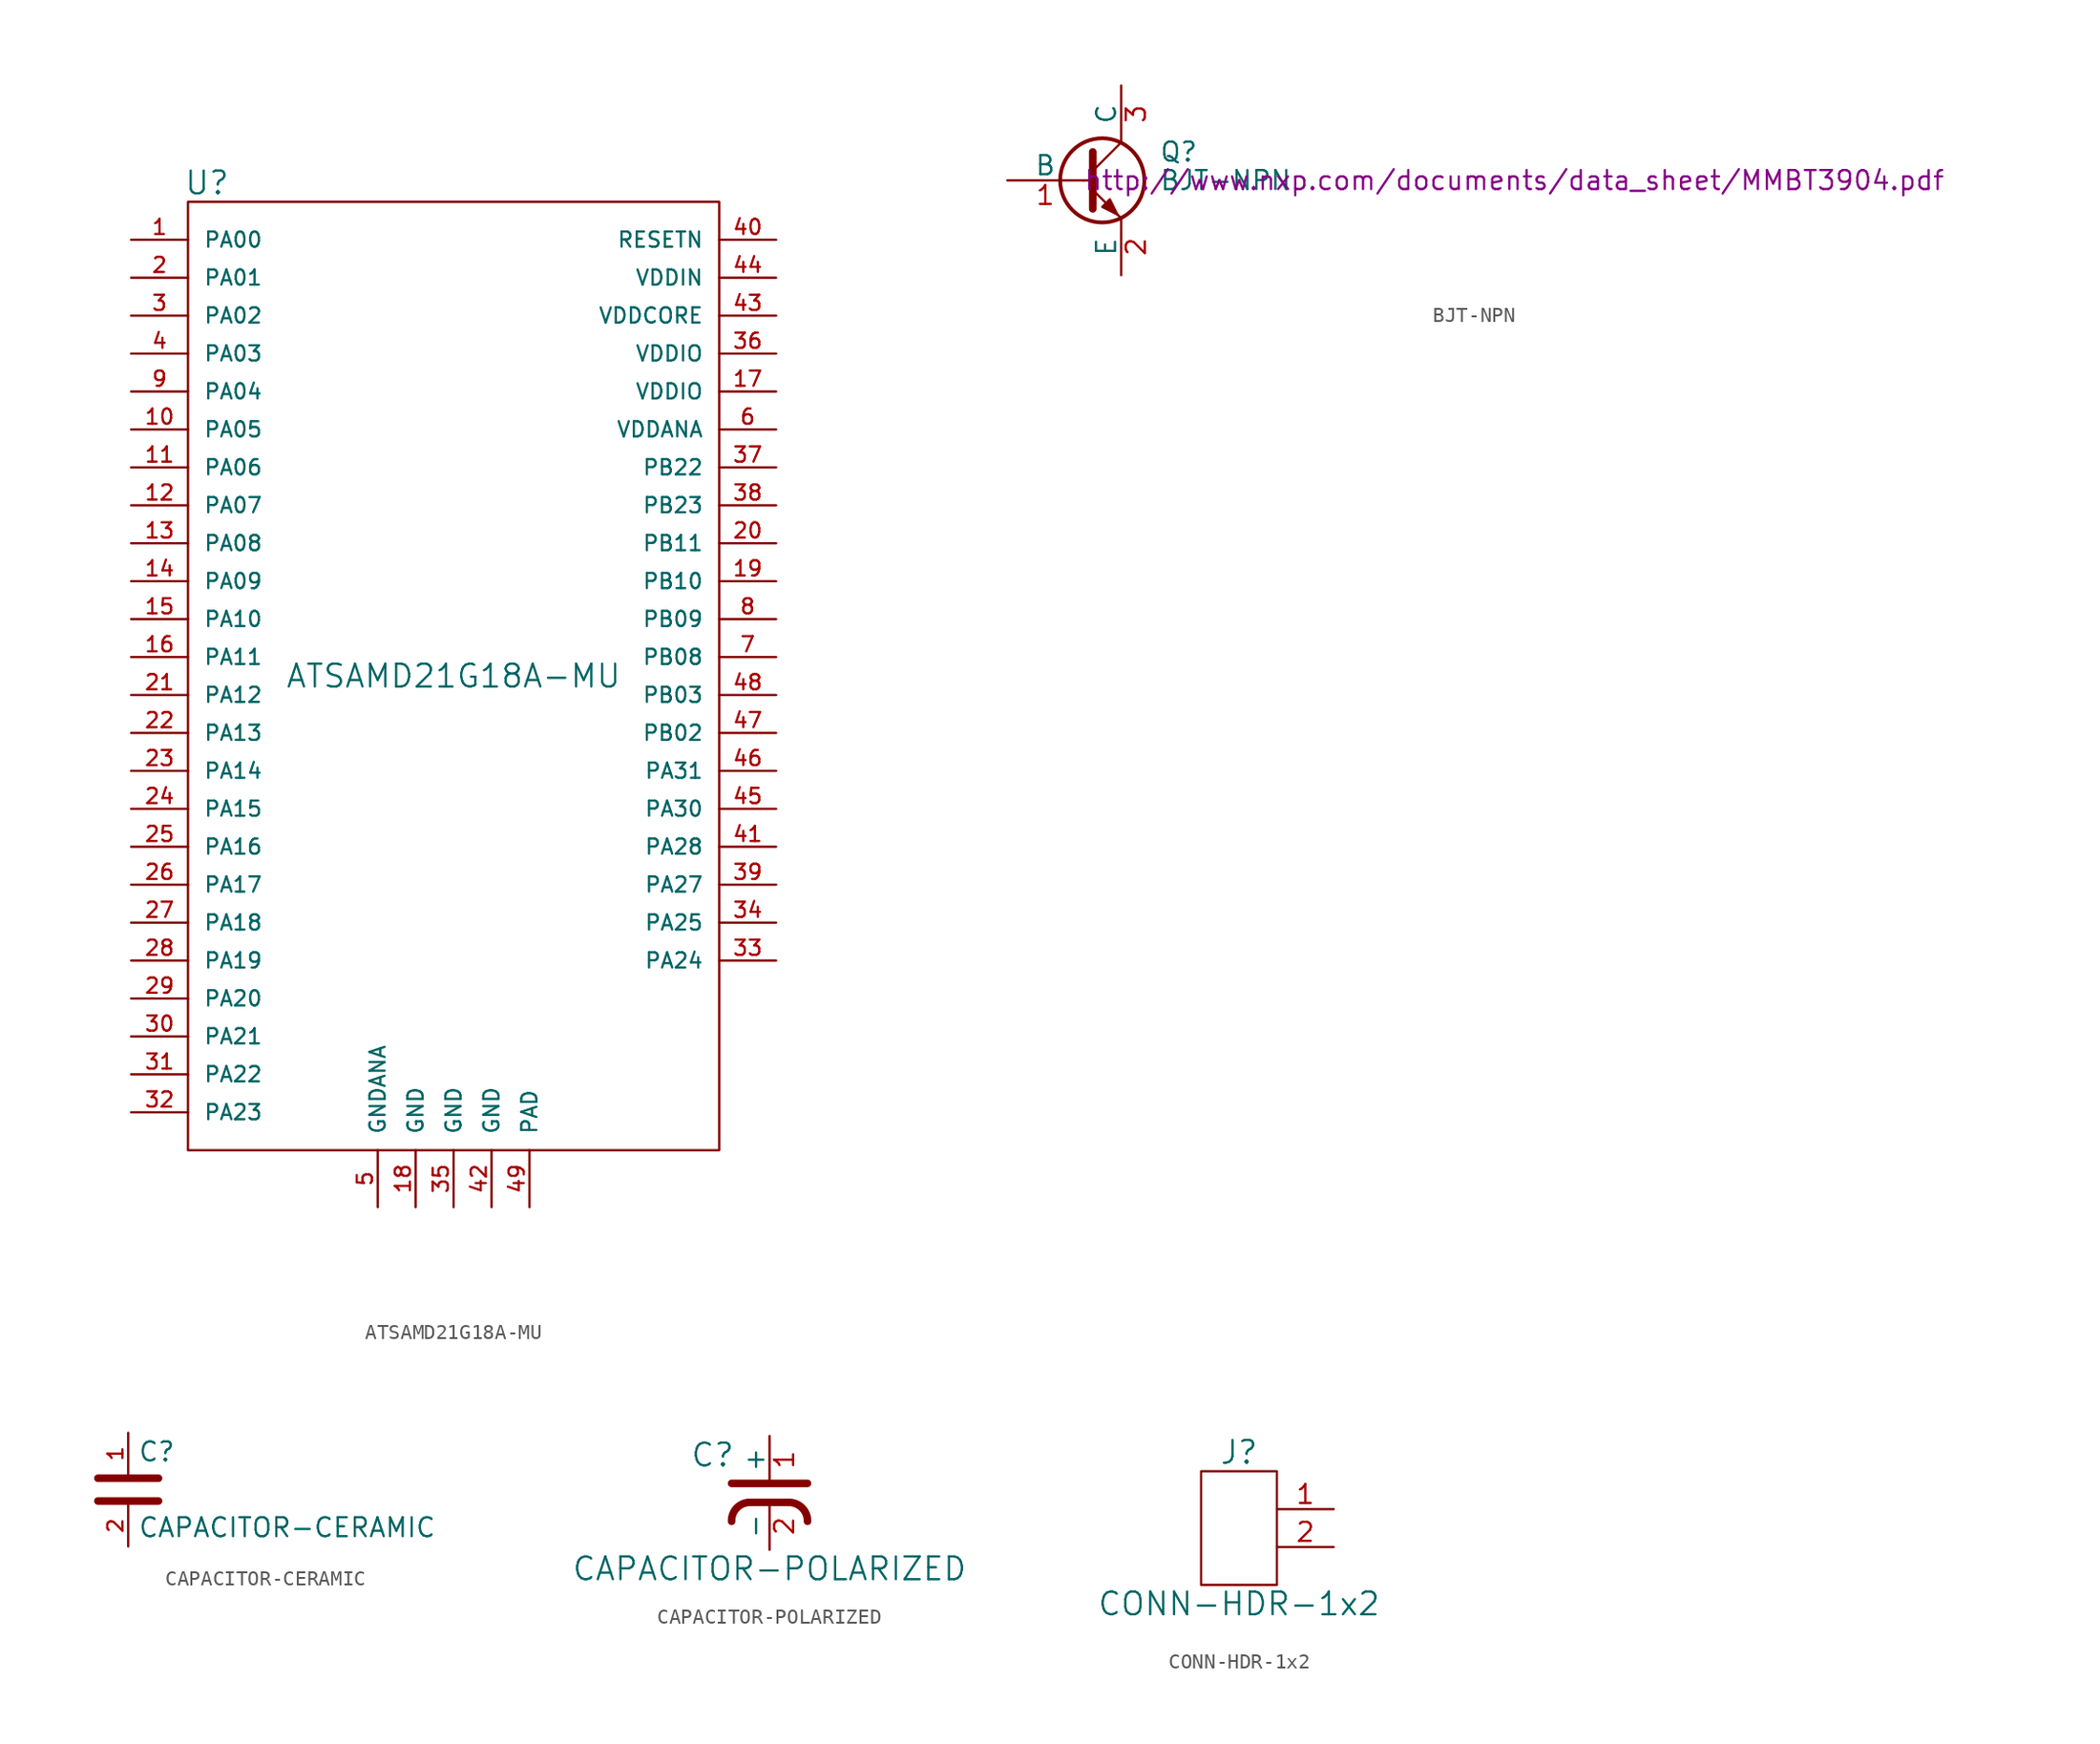
<source format=kicad_sym>
(kicad_symbol_lib
  (version 20211014)
  (generator kicad_symbol_editor)
  (symbol "ATSAMD21G18A-MU"
    (pin_names
      (offset 1.016))
    (property "Reference" "U"
      (at -16.51 33.02 0)
      (effects (font (size 1.524 1.524))))
    (property "Value" "ATSAMD21G18A-MU"
      (at 0 0 0)
      (effects (font (size 1.524 1.524))))
    (property "Datasheet" ""
      (at 0 11.43 0)
      (effects (font (size 1.524 1.524))))
    (symbol "ATSAMD21G18A-MU_0_0"
      (rectangle (start -17.78 31.75) (end 17.78 -31.75) (stroke (width 0) (type default) (color 0 0 0 0)) (fill (type none))))
    (symbol "ATSAMD21G18A-MU_1_1"
      (pin input line (at -21.59 29.21 0) (length 3.81) (name "PA00" (effects (font (size 1.016 1.016)))) (number "1" (effects (font (size 1.016 1.016)))))
      (pin input line (at -21.59 16.51 0) (length 3.81) (name "PA05" (effects (font (size 1.016 1.016)))) (number "10" (effects (font (size 1.016 1.016)))))
      (pin input line (at -21.59 13.97 0) (length 3.81) (name "PA06" (effects (font (size 1.016 1.016)))) (number "11" (effects (font (size 1.016 1.016)))))
      (pin input line (at -21.59 11.43 0) (length 3.81) (name "PA07" (effects (font (size 1.016 1.016)))) (number "12" (effects (font (size 1.016 1.016)))))
      (pin input line (at -21.59 8.89 0) (length 3.81) (name "PA08" (effects (font (size 1.016 1.016)))) (number "13" (effects (font (size 1.016 1.016)))))
      (pin input line (at -21.59 6.35 0) (length 3.81) (name "PA09" (effects (font (size 1.016 1.016)))) (number "14" (effects (font (size 1.016 1.016)))))
      (pin input line (at -21.59 3.81 0) (length 3.81) (name "PA10" (effects (font (size 1.016 1.016)))) (number "15" (effects (font (size 1.016 1.016)))))
      (pin input line (at -21.59 1.27 0) (length 3.81) (name "PA11" (effects (font (size 1.016 1.016)))) (number "16" (effects (font (size 1.016 1.016)))))
      (pin input line (at 21.59 19.05 180) (length 3.81) (name "VDDIO" (effects (font (size 1.016 1.016)))) (number "17" (effects (font (size 1.016 1.016)))))
      (pin input line (at -2.54 -35.56 90) (length 3.81) (name "GND" (effects (font (size 1.016 1.016)))) (number "18" (effects (font (size 1.016 1.016)))))
      (pin input line (at 21.59 6.35 180) (length 3.81) (name "PB10" (effects (font (size 1.016 1.016)))) (number "19" (effects (font (size 1.016 1.016)))))
      (pin input line (at -21.59 26.67 0) (length 3.81) (name "PA01" (effects (font (size 1.016 1.016)))) (number "2" (effects (font (size 1.016 1.016)))))
      (pin input line (at 21.59 8.89 180) (length 3.81) (name "PB11" (effects (font (size 1.016 1.016)))) (number "20" (effects (font (size 1.016 1.016)))))
      (pin input line (at -21.59 -1.27 0) (length 3.81) (name "PA12" (effects (font (size 1.016 1.016)))) (number "21" (effects (font (size 1.016 1.016)))))
      (pin input line (at -21.59 -3.81 0) (length 3.81) (name "PA13" (effects (font (size 1.016 1.016)))) (number "22" (effects (font (size 1.016 1.016)))))
      (pin input line (at -21.59 -6.35 0) (length 3.81) (name "PA14" (effects (font (size 1.016 1.016)))) (number "23" (effects (font (size 1.016 1.016)))))
      (pin input line (at -21.59 -8.89 0) (length 3.81) (name "PA15" (effects (font (size 1.016 1.016)))) (number "24" (effects (font (size 1.016 1.016)))))
      (pin input line (at -21.59 -11.43 0) (length 3.81) (name "PA16" (effects (font (size 1.016 1.016)))) (number "25" (effects (font (size 1.016 1.016)))))
      (pin input line (at -21.59 -13.97 0) (length 3.81) (name "PA17" (effects (font (size 1.016 1.016)))) (number "26" (effects (font (size 1.016 1.016)))))
      (pin input line (at -21.59 -16.51 0) (length 3.81) (name "PA18" (effects (font (size 1.016 1.016)))) (number "27" (effects (font (size 1.016 1.016)))))
      (pin input line (at -21.59 -19.05 0) (length 3.81) (name "PA19" (effects (font (size 1.016 1.016)))) (number "28" (effects (font (size 1.016 1.016)))))
      (pin input line (at -21.59 -21.59 0) (length 3.81) (name "PA20" (effects (font (size 1.016 1.016)))) (number "29" (effects (font (size 1.016 1.016)))))
      (pin input line (at -21.59 24.13 0) (length 3.81) (name "PA02" (effects (font (size 1.016 1.016)))) (number "3" (effects (font (size 1.016 1.016)))))
      (pin input line (at -21.59 -24.13 0) (length 3.81) (name "PA21" (effects (font (size 1.016 1.016)))) (number "30" (effects (font (size 1.016 1.016)))))
      (pin input line (at -21.59 -26.67 0) (length 3.81) (name "PA22" (effects (font (size 1.016 1.016)))) (number "31" (effects (font (size 1.016 1.016)))))
      (pin input line (at -21.59 -29.21 0) (length 3.81) (name "PA23" (effects (font (size 1.016 1.016)))) (number "32" (effects (font (size 1.016 1.016)))))
      (pin input line (at 21.59 -19.05 180) (length 3.81) (name "PA24" (effects (font (size 1.016 1.016)))) (number "33" (effects (font (size 1.016 1.016)))))
      (pin input line (at 21.59 -16.51 180) (length 3.81) (name "PA25" (effects (font (size 1.016 1.016)))) (number "34" (effects (font (size 1.016 1.016)))))
      (pin input line (at 0 -35.56 90) (length 3.81) (name "GND" (effects (font (size 1.016 1.016)))) (number "35" (effects (font (size 1.016 1.016)))))
      (pin input line (at 21.59 21.59 180) (length 3.81) (name "VDDIO" (effects (font (size 1.016 1.016)))) (number "36" (effects (font (size 1.016 1.016)))))
      (pin input line (at 21.59 13.97 180) (length 3.81) (name "PB22" (effects (font (size 1.016 1.016)))) (number "37" (effects (font (size 1.016 1.016)))))
      (pin input line (at 21.59 11.43 180) (length 3.81) (name "PB23" (effects (font (size 1.016 1.016)))) (number "38" (effects (font (size 1.016 1.016)))))
      (pin input line (at 21.59 -13.97 180) (length 3.81) (name "PA27" (effects (font (size 1.016 1.016)))) (number "39" (effects (font (size 1.016 1.016)))))
      (pin input line (at -21.59 21.59 0) (length 3.81) (name "PA03" (effects (font (size 1.016 1.016)))) (number "4" (effects (font (size 1.016 1.016)))))
      (pin input line (at 21.59 29.21 180) (length 3.81) (name "RESETN" (effects (font (size 1.016 1.016)))) (number "40" (effects (font (size 1.016 1.016)))))
      (pin input line (at 21.59 -11.43 180) (length 3.81) (name "PA28" (effects (font (size 1.016 1.016)))) (number "41" (effects (font (size 1.016 1.016)))))
      (pin input line (at 2.54 -35.56 90) (length 3.81) (name "GND" (effects (font (size 1.016 1.016)))) (number "42" (effects (font (size 1.016 1.016)))))
      (pin input line (at 21.59 24.13 180) (length 3.81) (name "VDDCORE" (effects (font (size 1.016 1.016)))) (number "43" (effects (font (size 1.016 1.016)))))
      (pin input line (at 21.59 26.67 180) (length 3.81) (name "VDDIN" (effects (font (size 1.016 1.016)))) (number "44" (effects (font (size 1.016 1.016)))))
      (pin input line (at 21.59 -8.89 180) (length 3.81) (name "PA30" (effects (font (size 1.016 1.016)))) (number "45" (effects (font (size 1.016 1.016)))))
      (pin input line (at 21.59 -6.35 180) (length 3.81) (name "PA31" (effects (font (size 1.016 1.016)))) (number "46" (effects (font (size 1.016 1.016)))))
      (pin input line (at 21.59 -3.81 180) (length 3.81) (name "PB02" (effects (font (size 1.016 1.016)))) (number "47" (effects (font (size 1.016 1.016)))))
      (pin input line (at 21.59 -1.27 180) (length 3.81) (name "PB03" (effects (font (size 1.016 1.016)))) (number "48" (effects (font (size 1.016 1.016)))))
      (pin input line (at 5.08 -35.56 90) (length 3.81) (name "PAD" (effects (font (size 1.016 1.016)))) (number "49" (effects (font (size 1.016 1.016)))))
      (pin input line (at -5.08 -35.56 90) (length 3.81) (name "GNDANA" (effects (font (size 1.016 1.016)))) (number "5" (effects (font (size 1.016 1.016)))))
      (pin input line (at 21.59 16.51 180) (length 3.81) (name "VDDANA" (effects (font (size 1.016 1.016)))) (number "6" (effects (font (size 1.016 1.016)))))
      (pin input line (at 21.59 1.27 180) (length 3.81) (name "PB08" (effects (font (size 1.016 1.016)))) (number "7" (effects (font (size 1.016 1.016)))))
      (pin input line (at 21.59 3.81 180) (length 3.81) (name "PB09" (effects (font (size 1.016 1.016)))) (number "8" (effects (font (size 1.016 1.016)))))
      (pin input line (at -21.59 19.05 0) (length 3.81) (name "PA04" (effects (font (size 1.016 1.016)))) (number "9" (effects (font (size 1.016 1.016)))))))
  (symbol "BJT-NPN"
    (pin_names
      (offset 0))
    (property "Reference" "Q"
      (at 2.54 1.905 0)
      (effects (font (size 1.27 1.27)) (justify left)))
    (property "Value" "BJT-NPN"
      (at 2.54 0 0)
      (effects (font (size 1.27 1.27)) (justify left)))
    (property "Datasheet" "http://www.nxp.com/documents/data_sheet/MMBT3904.pdf"
      (at -2.54 0 0)
      (effects (font (size 1.27 1.27)) (justify left)))
    (symbol "BJT-NPN_0_1"
      (circle (center -1.27 0) (radius 2.819) (stroke (width 0.254) (type default) (color 0 0 0 0)) (fill (type none)))
      (polyline (pts (xy -2.54 0) (xy -1.905 0)) (stroke (width 0) (type default) (color 0 0 0 0)) (fill (type none)))
      (polyline (pts (xy -1.905 0.635) (xy 0 2.54)) (stroke (width 0) (type default) (color 0 0 0 0)) (fill (type none)))
      (polyline (pts (xy -1.905 -0.635) (xy 0 -2.54) (xy 0 -2.54)) (stroke (width 0) (type default) (color 0 0 0 0)) (fill (type none)))
      (polyline (pts (xy -1.905 1.905) (xy -1.905 -1.905) (xy -1.905 -1.905)) (stroke (width 0.508) (type default) (color 0 0 0 0)) (fill (type none)))
      (polyline (pts (xy -1.27 -1.778) (xy -0.762 -1.27) (xy -0.254 -2.286) (xy -1.27 -1.778) (xy -1.27 -1.778)) (stroke (width 0) (type default) (color 0 0 0 0)) (fill (type outline))))
    (symbol "BJT-NPN_1_1"
      (pin input line (at -7.62 0 0) (length 5.08) (name "B" (effects (font (size 1.27 1.27)))) (number "1" (effects (font (size 1.27 1.27)))))
      (pin passive line (at 0 -6.35 90) (length 3.81) (name "E" (effects (font (size 1.27 1.27)))) (number "2" (effects (font (size 1.27 1.27)))))
      (pin passive line (at 0 6.35 270) (length 3.81) (name "C" (effects (font (size 1.27 1.27)))) (number "3" (effects (font (size 1.27 1.27)))))))
  (symbol "CAPACITOR-CERAMIC"
    (pin_names
      (offset 0.254))
    (property "Reference" "C"
      (at 0.635 2.54 0)
      (effects (font (size 1.27 1.27)) (justify left)))
    (property "Value" "CAPACITOR-CERAMIC"
      (at 0.635 -2.54 0)
      (effects (font (size 1.27 1.27)) (justify left)))
    (property "Datasheet" ""
      (at 0 0 0)
      (effects (font (size 1.524 1.524))))
    (symbol "CAPACITOR-CERAMIC_0_1"
      (polyline (pts (xy -2.032 -0.762) (xy 2.032 -0.762)) (stroke (width 0.508) (type default) (color 0 0 0 0)) (fill (type none)))
      (polyline (pts (xy -2.032 0.762) (xy 2.032 0.762)) (stroke (width 0.508) (type default) (color 0 0 0 0)) (fill (type none))))
    (symbol "CAPACITOR-CERAMIC_1_1"
      (pin passive line (at 0 3.81 270) (length 2.794) (name "~" (effects (font (size 1.016 1.016)))) (number "1" (effects (font (size 1.016 1.016)))))
      (pin passive line (at 0 -3.81 90) (length 2.794) (name "~" (effects (font (size 1.016 1.016)))) (number "2" (effects (font (size 1.016 1.016)))))))
  (symbol "CAPACITOR-POLARIZED"
    (pin_names
      (offset 0))
    (property "Reference" "C"
      (at -3.81 2.54 0)
      (effects (font (size 1.524 1.524))))
    (property "Value" "CAPACITOR-POLARIZED"
      (at 0 -5.08 0)
      (effects (font (size 1.524 1.524))))
    (property "Datasheet" ""
      (at 0 0 0)
      (effects (font (size 1.524 1.524))))
    (symbol "CAPACITOR-POLARIZED_0_1"
      (arc (start -1.27 -0.635) (mid -2.1846 -0.9979) (end -2.54 -1.905) (stroke (width 0.508) (type default) (color 0 0 0 0)) (fill (type none)))
      (polyline (pts (xy -2.54 0.635) (xy 2.54 0.635)) (stroke (width 0.508) (type default) (color 0 0 0 0)) (fill (type none)))
      (polyline (pts (xy -1.27 -0.635) (xy 1.27 -0.635)) (stroke (width 0.508) (type default) (color 0 0 0 0)) (fill (type none)))
      (arc (start 2.54 -1.905) (mid 2.1756 -0.9994) (end 1.27 -0.635) (stroke (width 0.508) (type default) (color 0 0 0 0)) (fill (type none))))
    (symbol "CAPACITOR-POLARIZED_1_1"
      (pin input line (at 0 3.81 270) (length 3.175) (name "+" (effects (font (size 1.27 1.27)))) (number "1" (effects (font (size 1.27 1.27)))))
      (pin input line (at 0 -3.81 90) (length 3.175) (name "-" (effects (font (size 1.27 1.27)))) (number "2" (effects (font (size 1.27 1.27)))))))
  (symbol "CONN-HDR-1x2"
    (pin_names
      (offset 1.016))
    (property "Reference" "J"
      (at 0 5.08 0)
      (effects (font (size 1.524 1.524))))
    (property "Value" "CONN-HDR-1x2"
      (at 0 -5.08 0)
      (effects (font (size 1.524 1.524))))
    (property "Datasheet" ""
      (at 0 -6.35 0)
      (effects (font (size 1.524 1.524))))
    (symbol "CONN-HDR-1x2_0_1"
      (rectangle (start 2.54 3.81) (end -2.54 -3.81) (stroke (width 0) (type default) (color 0 0 0 0)) (fill (type none)))
      (pin input line (at 6.35 -1.27 180) (length 3.81) (name "~" (effects (font (size 1.27 1.27)))) (number "2" (effects (font (size 1.27 1.27))))))
    (symbol "CONN-HDR-1x2_1_1"
      (pin input line (at 6.35 1.27 180) (length 3.81) (name "~" (effects (font (size 1.27 1.27)))) (number "1" (effects (font (size 1.27 1.27))))))))
</source>
